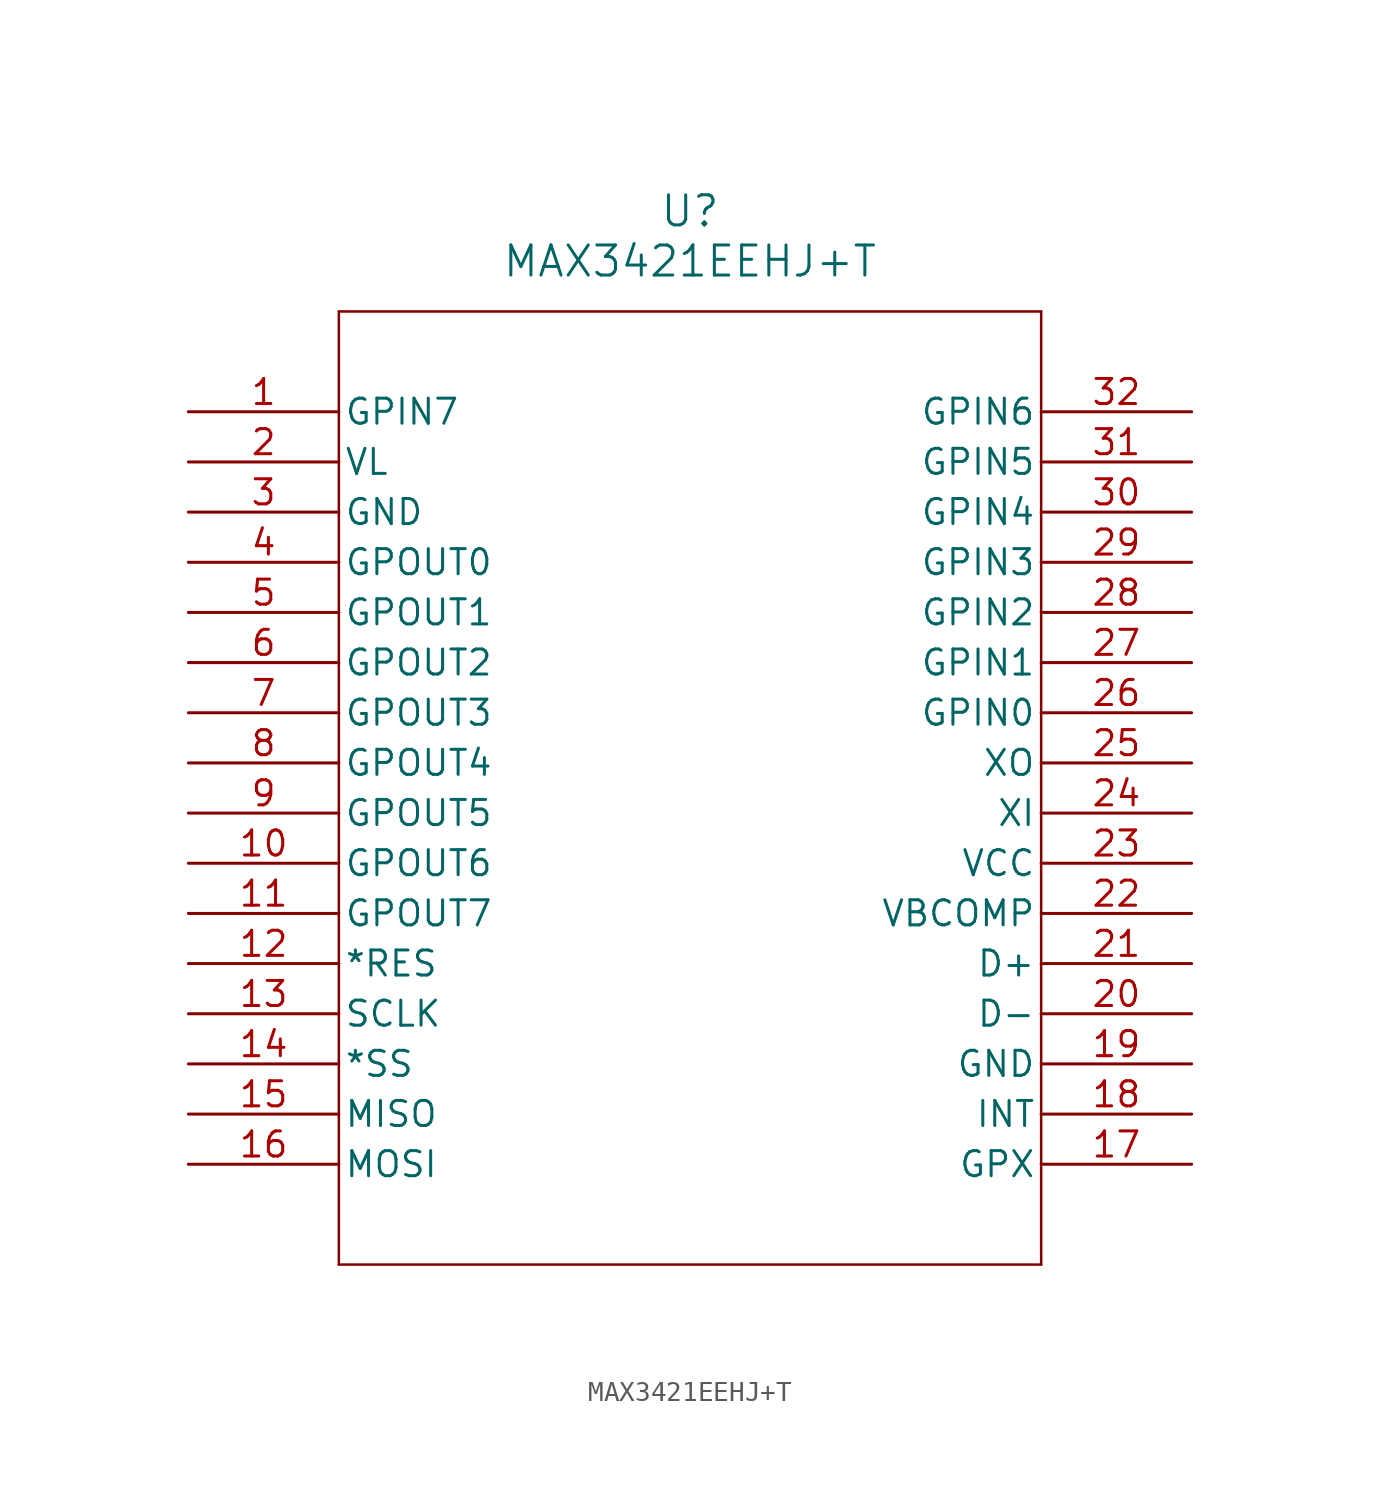
<source format=kicad_sym>
(kicad_symbol_lib
  (version 20211014)
  (generator kicad_symbol_editor)
  (symbol "MAX3421EEHJ+T"
    (pin_names
      (offset 0.254))
    (property "Reference" "U"
      (at 25.4 10.16 0)
      (effects (font (size 1.524 1.524))))
    (property "Value" "MAX3421EEHJ+T"
      (at 25.4 7.62 0)
      (effects (font (size 1.524 1.524))))
    (symbol "MAX3421EEHJ+T_0_1"
      (polyline (pts (xy 7.62 5.08) (xy 7.62 -43.18)) (stroke (width 0.127) (type default) (color 0 0 0 0)) (fill (type none)))
      (polyline (pts (xy 7.62 -43.18) (xy 43.18 -43.18)) (stroke (width 0.127) (type default) (color 0 0 0 0)) (fill (type none)))
      (polyline (pts (xy 43.18 -43.18) (xy 43.18 5.08)) (stroke (width 0.127) (type default) (color 0 0 0 0)) (fill (type none)))
      (polyline (pts (xy 43.18 5.08) (xy 7.62 5.08)) (stroke (width 0.127) (type default) (color 0 0 0 0)) (fill (type none)))
      (pin input line (at 0 0 0) (length 7.62) (name "GPIN7" (effects (font (size 1.27 1.27)))) (number "1" (effects (font (size 1.27 1.27)))))
      (pin input line (at 0 -2.54 0) (length 7.62) (name "VL" (effects (font (size 1.27 1.27)))) (number "2" (effects (font (size 1.27 1.27)))))
      (pin input line (at 0 -5.08 0) (length 7.62) (name "GND" (effects (font (size 1.27 1.27)))) (number "3" (effects (font (size 1.27 1.27)))))
      (pin output line (at 0 -7.62 0) (length 7.62) (name "GPOUT0" (effects (font (size 1.27 1.27)))) (number "4" (effects (font (size 1.27 1.27)))))
      (pin output line (at 0 -10.16 0) (length 7.62) (name "GPOUT1" (effects (font (size 1.27 1.27)))) (number "5" (effects (font (size 1.27 1.27)))))
      (pin output line (at 0 -12.7 0) (length 7.62) (name "GPOUT2" (effects (font (size 1.27 1.27)))) (number "6" (effects (font (size 1.27 1.27)))))
      (pin output line (at 0 -15.24 0) (length 7.62) (name "GPOUT3" (effects (font (size 1.27 1.27)))) (number "7" (effects (font (size 1.27 1.27)))))
      (pin output line (at 0 -17.78 0) (length 7.62) (name "GPOUT4" (effects (font (size 1.27 1.27)))) (number "8" (effects (font (size 1.27 1.27)))))
      (pin output line (at 0 -20.32 0) (length 7.62) (name "GPOUT5" (effects (font (size 1.27 1.27)))) (number "9" (effects (font (size 1.27 1.27)))))
      (pin output line (at 0 -22.86 0) (length 7.62) (name "GPOUT6" (effects (font (size 1.27 1.27)))) (number "10" (effects (font (size 1.27 1.27)))))
      (pin output line (at 0 -25.4 0) (length 7.62) (name "GPOUT7" (effects (font (size 1.27 1.27)))) (number "11" (effects (font (size 1.27 1.27)))))
      (pin input line (at 0 -27.94 0) (length 7.62) (name "*RES" (effects (font (size 1.27 1.27)))) (number "12" (effects (font (size 1.27 1.27)))))
      (pin input line (at 0 -30.48 0) (length 7.62) (name "SCLK" (effects (font (size 1.27 1.27)))) (number "13" (effects (font (size 1.27 1.27)))))
      (pin input line (at 0 -33.02 0) (length 7.62) (name "*SS" (effects (font (size 1.27 1.27)))) (number "14" (effects (font (size 1.27 1.27)))))
      (pin output line (at 0 -35.56 0) (length 7.62) (name "MISO" (effects (font (size 1.27 1.27)))) (number "15" (effects (font (size 1.27 1.27)))))
      (pin bidirectional line (at 0 -38.1 0) (length 7.62) (name "MOSI" (effects (font (size 1.27 1.27)))) (number "16" (effects (font (size 1.27 1.27)))))
      (pin output line (at 50.8 -38.1 180) (length 7.62) (name "GPX" (effects (font (size 1.27 1.27)))) (number "17" (effects (font (size 1.27 1.27)))))
      (pin output line (at 50.8 -35.56 180) (length 7.62) (name "INT" (effects (font (size 1.27 1.27)))) (number "18" (effects (font (size 1.27 1.27)))))
      (pin power_out line (at 50.8 -33.02 180) (length 7.62) (name "GND" (effects (font (size 1.27 1.27)))) (number "19" (effects (font (size 1.27 1.27)))))
      (pin bidirectional line (at 50.8 -30.48 180) (length 7.62) (name "D-" (effects (font (size 1.27 1.27)))) (number "20" (effects (font (size 1.27 1.27)))))
      (pin bidirectional line (at 50.8 -27.94 180) (length 7.62) (name "D+" (effects (font (size 1.27 1.27)))) (number "21" (effects (font (size 1.27 1.27)))))
      (pin input line (at 50.8 -25.4 180) (length 7.62) (name "VBCOMP" (effects (font (size 1.27 1.27)))) (number "22" (effects (font (size 1.27 1.27)))))
      (pin power_in line (at 50.8 -22.86 180) (length 7.62) (name "VCC" (effects (font (size 1.27 1.27)))) (number "23" (effects (font (size 1.27 1.27)))))
      (pin input line (at 50.8 -20.32 180) (length 7.62) (name "XI" (effects (font (size 1.27 1.27)))) (number "24" (effects (font (size 1.27 1.27)))))
      (pin output line (at 50.8 -17.78 180) (length 7.62) (name "XO" (effects (font (size 1.27 1.27)))) (number "25" (effects (font (size 1.27 1.27)))))
      (pin input line (at 50.8 -15.24 180) (length 7.62) (name "GPIN0" (effects (font (size 1.27 1.27)))) (number "26" (effects (font (size 1.27 1.27)))))
      (pin input line (at 50.8 -12.7 180) (length 7.62) (name "GPIN1" (effects (font (size 1.27 1.27)))) (number "27" (effects (font (size 1.27 1.27)))))
      (pin input line (at 50.8 -10.16 180) (length 7.62) (name "GPIN2" (effects (font (size 1.27 1.27)))) (number "28" (effects (font (size 1.27 1.27)))))
      (pin input line (at 50.8 -7.62 180) (length 7.62) (name "GPIN3" (effects (font (size 1.27 1.27)))) (number "29" (effects (font (size 1.27 1.27)))))
      (pin input line (at 50.8 -5.08 180) (length 7.62) (name "GPIN4" (effects (font (size 1.27 1.27)))) (number "30" (effects (font (size 1.27 1.27)))))
      (pin input line (at 50.8 -2.54 180) (length 7.62) (name "GPIN5" (effects (font (size 1.27 1.27)))) (number "31" (effects (font (size 1.27 1.27)))))
      (pin input line (at 50.8 0 180) (length 7.62) (name "GPIN6" (effects (font (size 1.27 1.27)))) (number "32" (effects (font (size 1.27 1.27))))))))
</source>
